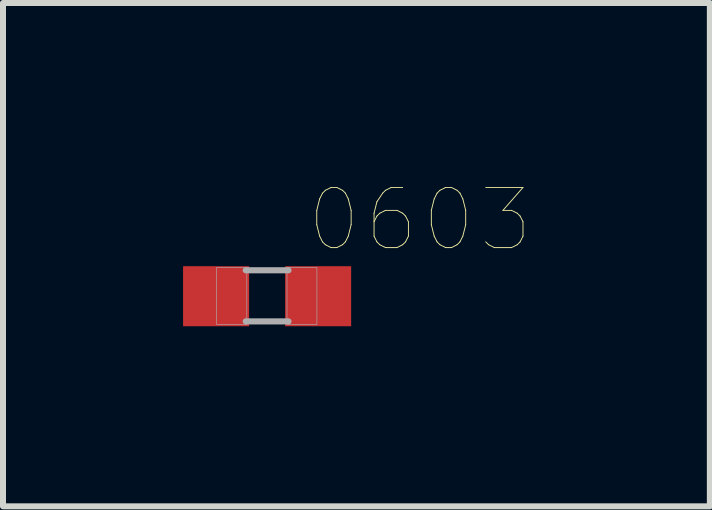
<source format=kicad_pcb>
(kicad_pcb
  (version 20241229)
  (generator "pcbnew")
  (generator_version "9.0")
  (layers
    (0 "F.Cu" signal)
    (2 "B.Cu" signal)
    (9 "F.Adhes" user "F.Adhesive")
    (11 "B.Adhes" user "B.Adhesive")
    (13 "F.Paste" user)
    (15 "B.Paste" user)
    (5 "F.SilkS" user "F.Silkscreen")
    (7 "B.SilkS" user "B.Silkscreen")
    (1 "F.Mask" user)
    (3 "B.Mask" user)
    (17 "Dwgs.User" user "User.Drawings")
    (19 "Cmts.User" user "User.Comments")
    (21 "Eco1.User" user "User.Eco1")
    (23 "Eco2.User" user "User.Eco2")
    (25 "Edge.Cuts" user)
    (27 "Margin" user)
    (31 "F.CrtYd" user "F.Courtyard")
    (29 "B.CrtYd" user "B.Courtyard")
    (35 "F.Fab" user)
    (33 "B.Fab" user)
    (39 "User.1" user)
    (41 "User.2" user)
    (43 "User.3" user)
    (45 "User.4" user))
  (footprint "0603"
    (layer "F.Cu")
    (at 1.4 1.885)
    (property "Reference" "0603" (at 2.545 -1.273 0) (layer "F.SilkS") (effects (font (size 1.002 1.002) (thickness 0.015))))
    (attr through_hole)
    (fp_line (start -0.356 -0.432) (end 0.356 -0.432) (stroke (width 0.102) (type solid)) (layer "F.Fab"))
    (fp_line (start -0.356 0.419) (end 0.356 0.419) (stroke (width 0.102) (type solid)) (layer "F.Fab"))
    (fp_poly (pts (xy -0.84 -0.48) (xy -0.338 -0.48) (xy -0.338 0.471) (xy -0.84 0.471)) (stroke (width 0.01) (type solid)) (fill no) (layer "F.Fab"))
    (fp_poly (pts (xy 0.331 -0.48) (xy 0.83 -0.48) (xy 0.83 0.471) (xy 0.331 0.471)) (stroke (width 0.01) (type solid)) (fill no) (layer "F.Fab"))
    (pad "1" smd rect (at -0.85 0) (size 1.1 1) (layers "F.Cu" "F.Mask" "F.Paste"))
    (pad "2" smd rect (at 0.85 0) (size 1.1 1) (layers "F.Cu" "F.Mask" "F.Paste")))
  (gr_rect
    (start -3 -3)
    (end 8.776 5.385)
    (stroke (width 0.1) (type default))
    (fill no)
    (layer "Edge.Cuts")))
</source>
